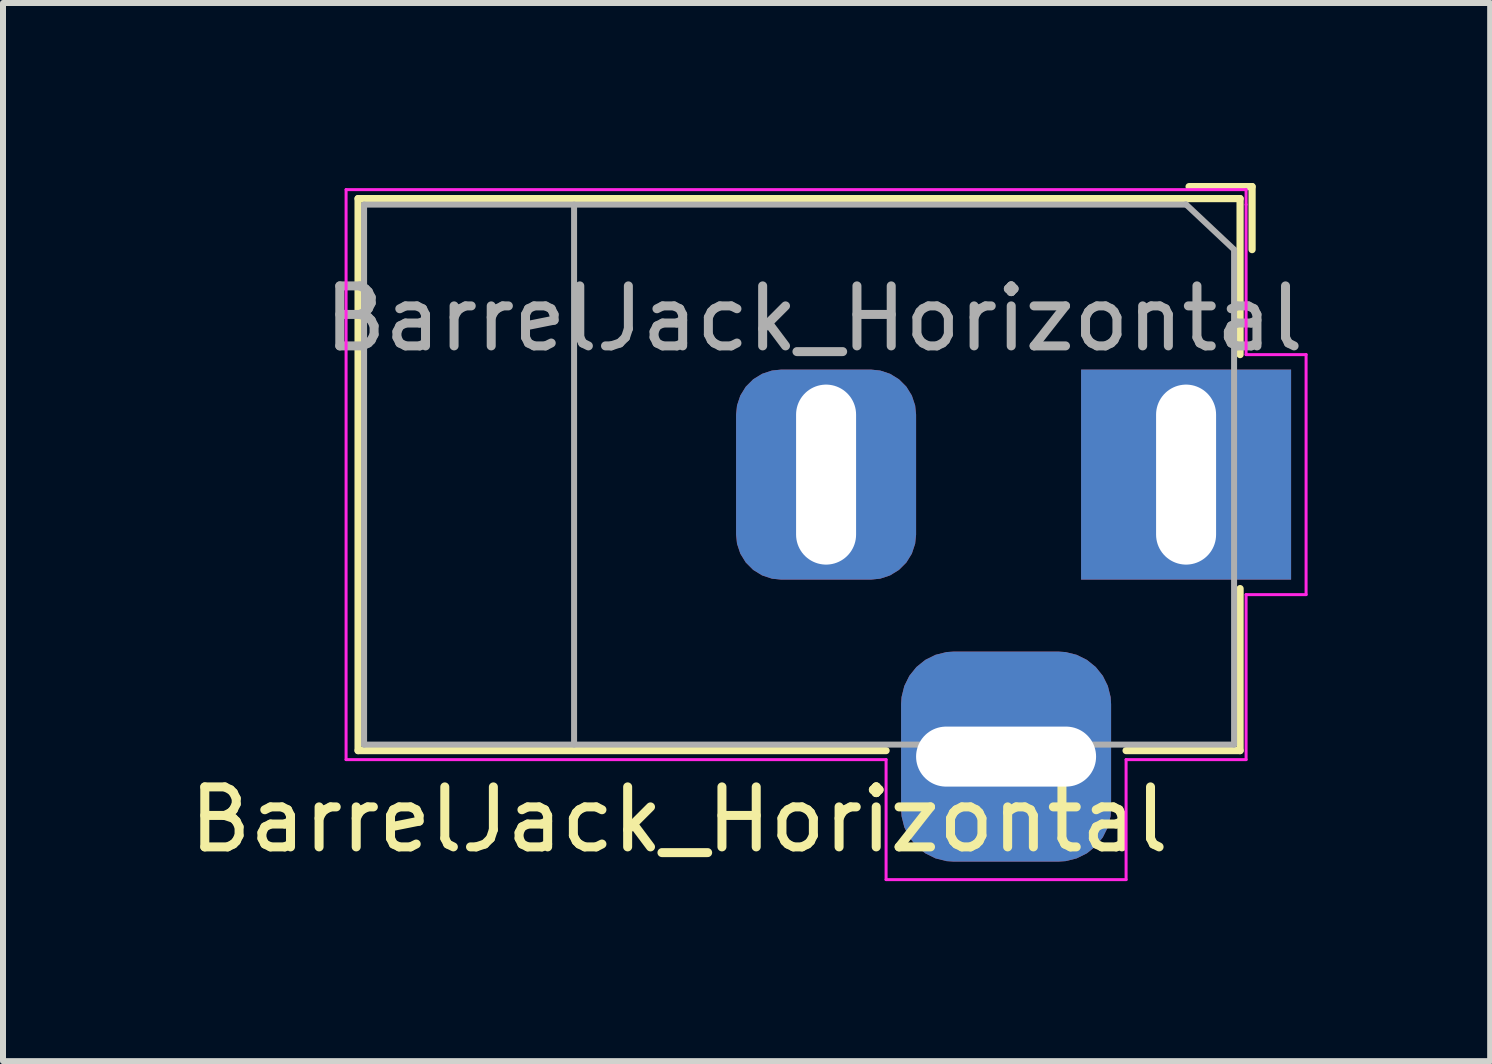
<source format=kicad_pcb>
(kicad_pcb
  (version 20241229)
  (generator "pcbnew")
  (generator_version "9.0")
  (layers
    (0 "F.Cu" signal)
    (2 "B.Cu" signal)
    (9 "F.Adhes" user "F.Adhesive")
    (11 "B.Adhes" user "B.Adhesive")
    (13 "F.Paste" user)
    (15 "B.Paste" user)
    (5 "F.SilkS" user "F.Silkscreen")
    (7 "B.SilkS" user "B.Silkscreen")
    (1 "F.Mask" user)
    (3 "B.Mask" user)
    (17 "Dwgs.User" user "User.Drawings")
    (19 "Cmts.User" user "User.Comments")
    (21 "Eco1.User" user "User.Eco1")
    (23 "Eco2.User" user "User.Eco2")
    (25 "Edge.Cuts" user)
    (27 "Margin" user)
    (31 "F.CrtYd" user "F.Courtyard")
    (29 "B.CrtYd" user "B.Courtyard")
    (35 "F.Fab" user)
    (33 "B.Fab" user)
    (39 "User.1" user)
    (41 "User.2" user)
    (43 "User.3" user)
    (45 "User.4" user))
  (footprint "BarrelJack_Horizontal"
    (layer "F.Cu")
    (at 16.718 4.86)
    (property "Reference" "BarrelJack_Horizontal" (at -8.45 5.75 0) (layer "F.SilkS") (effects (font (size 1 1) (thickness 0.15))))
    (attr through_hole)
    (fp_line (start -13.8 -4.6) (end 0.9 -4.6) (stroke (width 0.12) (type solid)) (layer "F.SilkS"))
    (fp_line (start -13.8 4.6) (end -13.8 -4.6) (stroke (width 0.12) (type solid)) (layer "F.SilkS"))
    (fp_line (start -5 4.6) (end -13.8 4.6) (stroke (width 0.12) (type solid)) (layer "F.SilkS"))
    (fp_line (start 0.05 -4.8) (end 1.1 -4.8) (stroke (width 0.12) (type solid)) (layer "F.SilkS"))
    (fp_line (start 0.9 -4.6) (end 0.9 -2) (stroke (width 0.12) (type solid)) (layer "F.SilkS"))
    (fp_line (start 0.9 1.9) (end 0.9 4.6) (stroke (width 0.12) (type solid)) (layer "F.SilkS"))
    (fp_line (start 0.9 4.6) (end -1 4.6) (stroke (width 0.12) (type solid)) (layer "F.SilkS"))
    (fp_line (start 1.1 -3.75) (end 1.1 -4.8) (stroke (width 0.12) (type solid)) (layer "F.SilkS"))
    (fp_line (start -14 4.75) (end -14 -4.75) (stroke (width 0.05) (type solid)) (layer "F.CrtYd"))
    (fp_line (start -5 4.75) (end -14 4.75) (stroke (width 0.05) (type solid)) (layer "F.CrtYd"))
    (fp_line (start -5 6.75) (end -5 4.75) (stroke (width 0.05) (type solid)) (layer "F.CrtYd"))
    (fp_line (start -1 4.75) (end -1 6.75) (stroke (width 0.05) (type solid)) (layer "F.CrtYd"))
    (fp_line (start -1 6.75) (end -5 6.75) (stroke (width 0.05) (type solid)) (layer "F.CrtYd"))
    (fp_line (start 1 -4.75) (end -14 -4.75) (stroke (width 0.05) (type solid)) (layer "F.CrtYd"))
    (fp_line (start 1 -4.5) (end 1 -4.75) (stroke (width 0.05) (type solid)) (layer "F.CrtYd"))
    (fp_line (start 1 -4.5) (end 1 -2) (stroke (width 0.05) (type solid)) (layer "F.CrtYd"))
    (fp_line (start 1 -2) (end 2 -2) (stroke (width 0.05) (type solid)) (layer "F.CrtYd"))
    (fp_line (start 1 2) (end 1 4.75) (stroke (width 0.05) (type solid)) (layer "F.CrtYd"))
    (fp_line (start 1 4.75) (end -1 4.75) (stroke (width 0.05) (type solid)) (layer "F.CrtYd"))
    (fp_line (start 2 -2) (end 2 2) (stroke (width 0.05) (type solid)) (layer "F.CrtYd"))
    (fp_line (start 2 2) (end 1 2) (stroke (width 0.05) (type solid)) (layer "F.CrtYd"))
    (fp_line (start -13.7 -4.5) (end -13.7 4.5) (stroke (width 0.1) (type solid)) (layer "F.Fab"))
    (fp_line (start -13.7 4.5) (end 0.8 4.5) (stroke (width 0.1) (type solid)) (layer "F.Fab"))
    (fp_line (start -10.2 -4.5) (end -10.2 4.5) (stroke (width 0.1) (type solid)) (layer "F.Fab"))
    (fp_line (start -0.003 -4.505) (end 0.8 -3.75) (stroke (width 0.1) (type solid)) (layer "F.Fab"))
    (fp_line (start 0 -4.5) (end -13.7 -4.5) (stroke (width 0.1) (type solid)) (layer "F.Fab"))
    (fp_line (start 0.8 4.5) (end 0.8 -3.75) (stroke (width 0.1) (type solid)) (layer "F.Fab"))
    (fp_text user "${REFERENCE}" (at -6.2 -2.6 0) (layer "F.Fab") (effects (font (size 1 1) (thickness 0.15))))
    (pad "1" thru_hole rect (at 0 0) (size 3.5 3.5) (drill oval 1 3) (layers "*.Cu" "*.Mask"))
    (pad "2" thru_hole roundrect (at -6 0) (size 3 3.5) (drill oval 1 3) (layers "*.Cu" "*.Mask") (roundrect_rratio 0.25))
    (pad "3" thru_hole roundrect (at -3 4.7) (size 3.5 3.5) (drill oval 3 1) (layers "*.Cu" "*.Mask") (roundrect_rratio 0.25)))
  (gr_rect
    (start -3 -3)
    (end 21.786 14.635)
    (stroke (width 0.1) (type default))
    (fill no)
    (layer "Edge.Cuts")))
</source>
